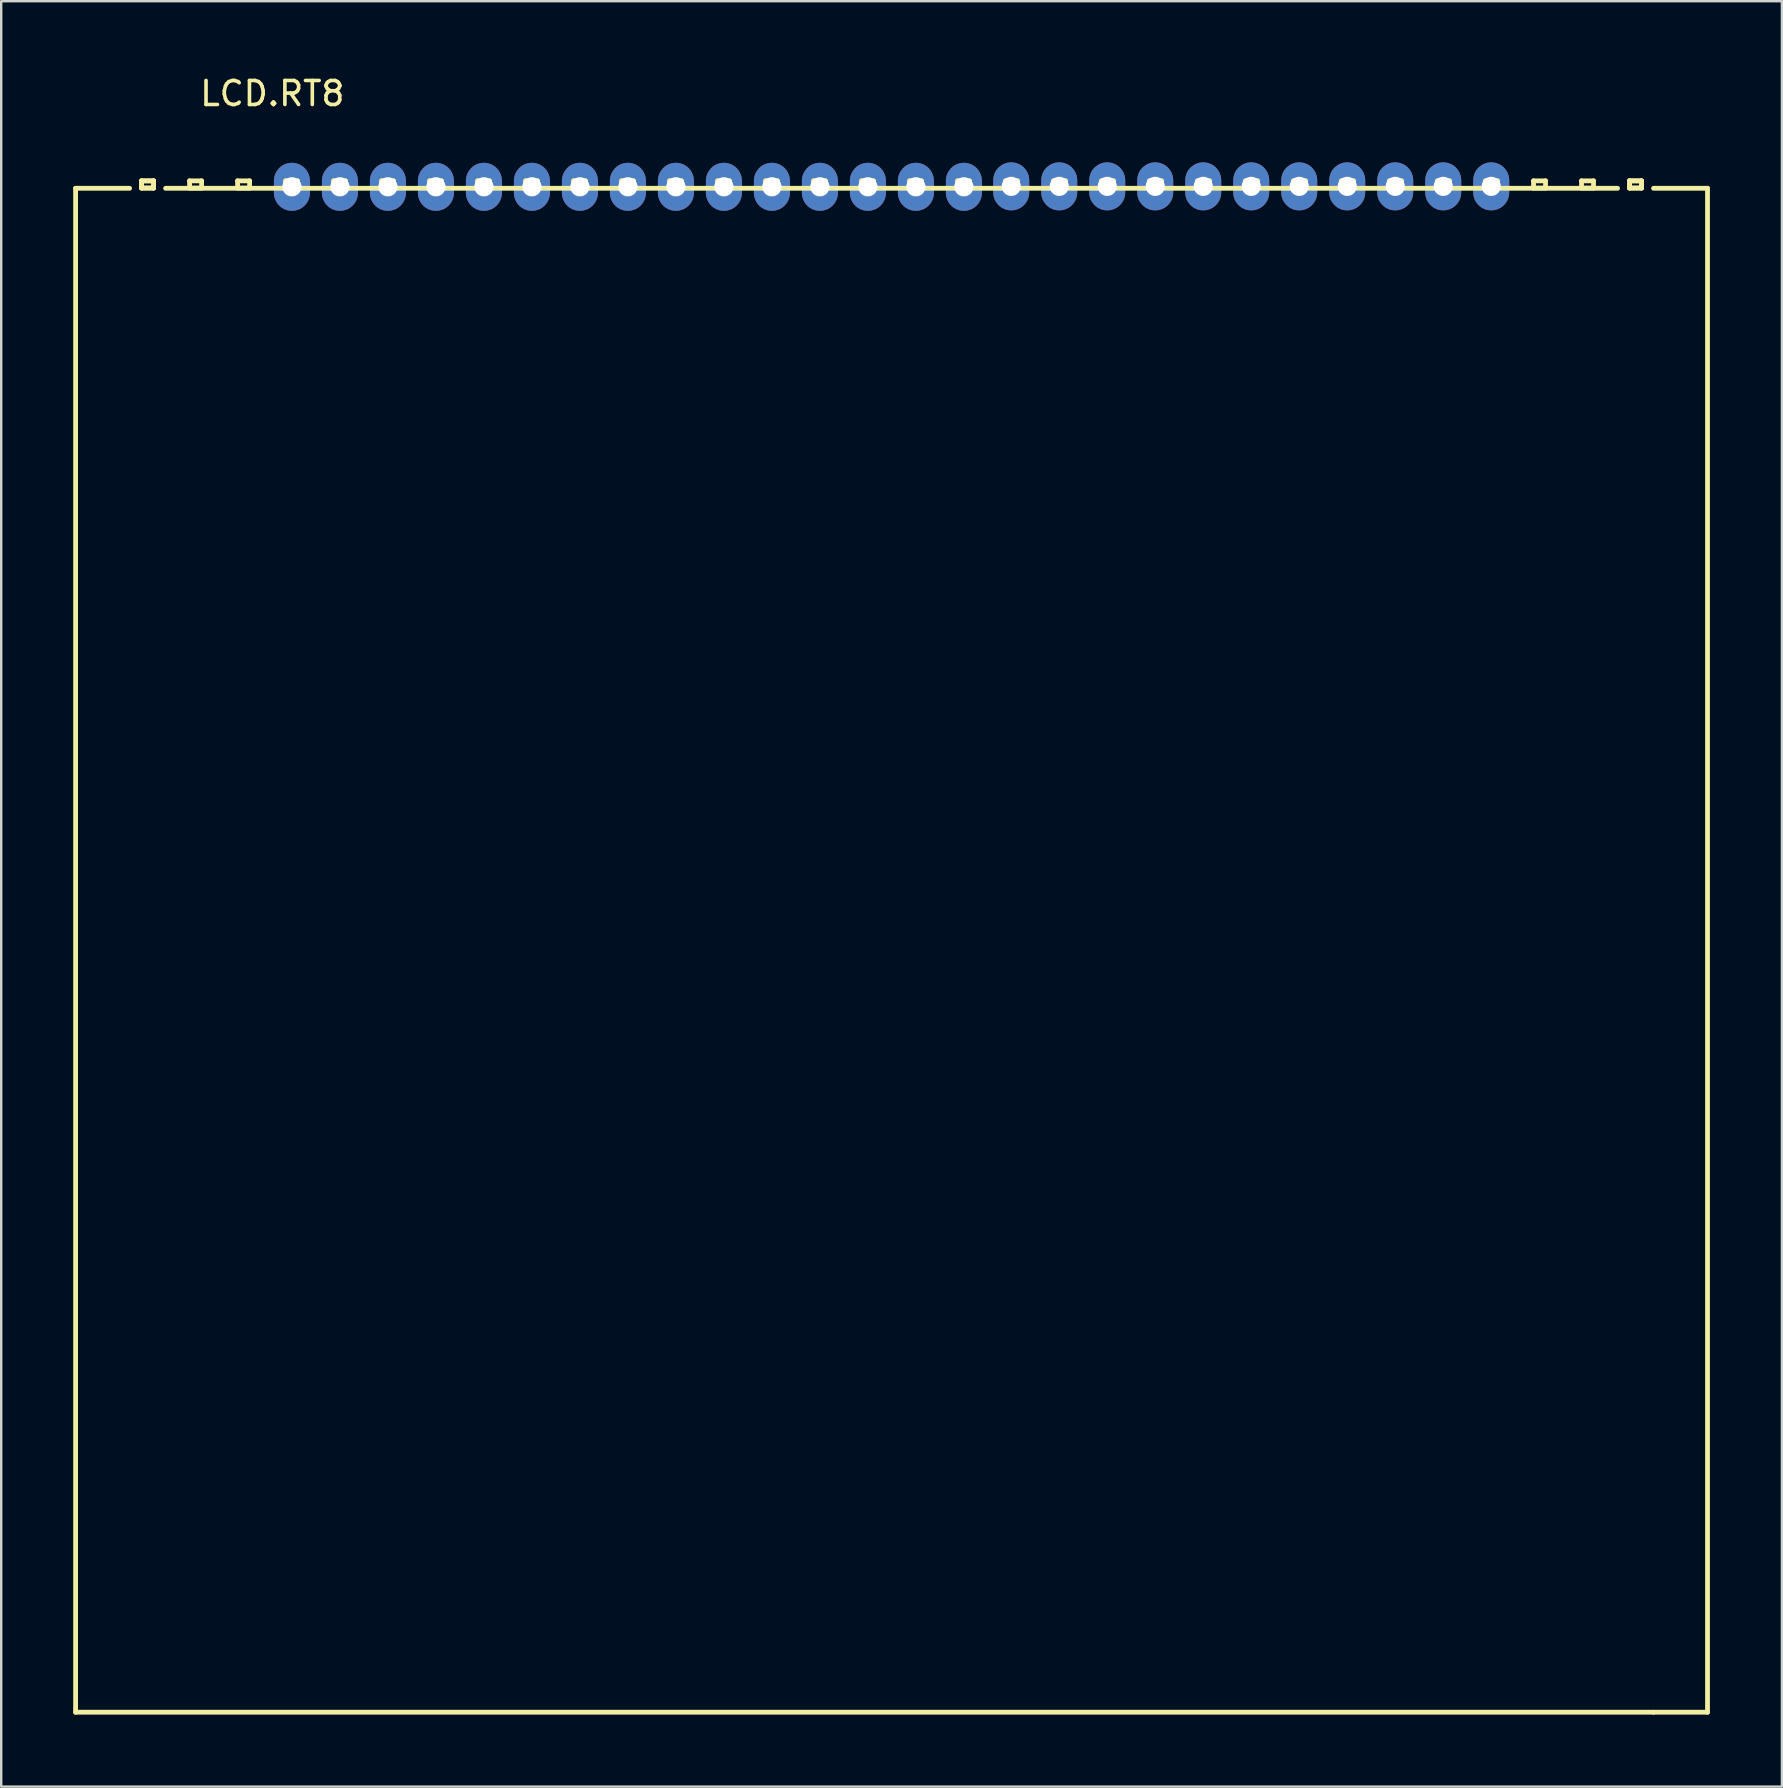
<source format=kicad_pcb>
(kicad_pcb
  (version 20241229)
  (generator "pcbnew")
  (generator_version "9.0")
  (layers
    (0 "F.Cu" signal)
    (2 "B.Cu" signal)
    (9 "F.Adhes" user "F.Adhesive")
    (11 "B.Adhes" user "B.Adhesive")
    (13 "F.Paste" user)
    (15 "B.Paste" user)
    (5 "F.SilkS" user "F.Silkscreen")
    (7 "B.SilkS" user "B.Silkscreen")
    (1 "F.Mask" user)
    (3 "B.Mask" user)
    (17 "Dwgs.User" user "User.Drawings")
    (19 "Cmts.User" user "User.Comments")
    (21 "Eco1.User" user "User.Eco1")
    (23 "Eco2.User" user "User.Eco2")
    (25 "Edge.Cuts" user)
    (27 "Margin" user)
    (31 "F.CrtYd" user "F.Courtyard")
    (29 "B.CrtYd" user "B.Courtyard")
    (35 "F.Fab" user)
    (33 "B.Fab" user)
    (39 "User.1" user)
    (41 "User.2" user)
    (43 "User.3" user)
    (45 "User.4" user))
  (footprint "LCD.RT8"
    (layer "F.Cu")
    (at 33.595 36.205)
    (property "Reference" "LCD.RT8" (at -25.298 -35.357 0) (layer "F.SilkS") (effects (font (size 1 1) (thickness 0.15))))
    (attr through_hole)
    (fp_line (start -33.495 -31.409) (end -31.245 -31.409) (stroke (width 0.2) (type solid)) (layer "F.SilkS"))
    (fp_line (start -33.495 32.091) (end -33.495 -31.409) (stroke (width 0.2) (type solid)) (layer "F.SilkS"))
    (fp_line (start -33.495 32.091) (end 32.255 32.091) (stroke (width 0.2) (type solid)) (layer "F.SilkS"))
    (fp_line (start -30.745 -31.719) (end -30.745 -31.419) (stroke (width 0.2) (type solid)) (layer "F.SilkS"))
    (fp_line (start -30.745 -31.719) (end -30.245 -31.719) (stroke (width 0.2) (type solid)) (layer "F.SilkS"))
    (fp_line (start -30.745 -31.419) (end -30.745 -31.719) (stroke (width 0.2) (type solid)) (layer "F.SilkS"))
    (fp_line (start -30.745 -31.419) (end -30.245 -31.419) (stroke (width 0.2) (type solid)) (layer "F.SilkS"))
    (fp_line (start -30.245 -31.719) (end -30.745 -31.719) (stroke (width 0.2) (type solid)) (layer "F.SilkS"))
    (fp_line (start -30.245 -31.719) (end -30.245 -31.419) (stroke (width 0.2) (type solid)) (layer "F.SilkS"))
    (fp_line (start -30.245 -31.419) (end -30.745 -31.419) (stroke (width 0.2) (type solid)) (layer "F.SilkS"))
    (fp_line (start -30.245 -31.419) (end -30.245 -31.719) (stroke (width 0.2) (type solid)) (layer "F.SilkS"))
    (fp_line (start -29.745 -31.409) (end 30.755 -31.409) (stroke (width 0.2) (type solid)) (layer "F.SilkS"))
    (fp_line (start -28.745 -31.719) (end -28.745 -31.419) (stroke (width 0.2) (type solid)) (layer "F.SilkS"))
    (fp_line (start -28.745 -31.419) (end -28.245 -31.419) (stroke (width 0.2) (type solid)) (layer "F.SilkS"))
    (fp_line (start -28.245 -31.719) (end -28.745 -31.719) (stroke (width 0.2) (type solid)) (layer "F.SilkS"))
    (fp_line (start -28.245 -31.419) (end -28.245 -31.719) (stroke (width 0.2) (type solid)) (layer "F.SilkS"))
    (fp_line (start -26.745 -31.719) (end -26.745 -31.419) (stroke (width 0.2) (type solid)) (layer "F.SilkS"))
    (fp_line (start -26.745 -31.419) (end -26.245 -31.419) (stroke (width 0.2) (type solid)) (layer "F.SilkS"))
    (fp_line (start -26.245 -31.719) (end -26.745 -31.719) (stroke (width 0.2) (type solid)) (layer "F.SilkS"))
    (fp_line (start -26.245 -31.419) (end -26.245 -31.719) (stroke (width 0.2) (type solid)) (layer "F.SilkS"))
    (fp_line (start -24.745 -31.719) (end -24.745 -31.419) (stroke (width 0.2) (type solid)) (layer "F.SilkS"))
    (fp_line (start -24.745 -31.419) (end -24.245 -31.419) (stroke (width 0.2) (type solid)) (layer "F.SilkS"))
    (fp_line (start -24.245 -31.719) (end -24.745 -31.719) (stroke (width 0.2) (type solid)) (layer "F.SilkS"))
    (fp_line (start -24.245 -31.419) (end -24.245 -31.719) (stroke (width 0.2) (type solid)) (layer "F.SilkS"))
    (fp_line (start -22.745 -31.719) (end -22.745 -31.419) (stroke (width 0.2) (type solid)) (layer "F.SilkS"))
    (fp_line (start -22.745 -31.419) (end -22.245 -31.419) (stroke (width 0.2) (type solid)) (layer "F.SilkS"))
    (fp_line (start -22.245 -31.719) (end -22.745 -31.719) (stroke (width 0.2) (type solid)) (layer "F.SilkS"))
    (fp_line (start -22.245 -31.419) (end -22.245 -31.719) (stroke (width 0.2) (type solid)) (layer "F.SilkS"))
    (fp_line (start -20.745 -31.719) (end -20.745 -31.419) (stroke (width 0.2) (type solid)) (layer "F.SilkS"))
    (fp_line (start -20.745 -31.419) (end -20.245 -31.419) (stroke (width 0.2) (type solid)) (layer "F.SilkS"))
    (fp_line (start -20.245 -31.719) (end -20.745 -31.719) (stroke (width 0.2) (type solid)) (layer "F.SilkS"))
    (fp_line (start -20.245 -31.419) (end -20.245 -31.719) (stroke (width 0.2) (type solid)) (layer "F.SilkS"))
    (fp_line (start -18.745 -31.719) (end -18.745 -31.419) (stroke (width 0.2) (type solid)) (layer "F.SilkS"))
    (fp_line (start -18.745 -31.419) (end -18.245 -31.419) (stroke (width 0.2) (type solid)) (layer "F.SilkS"))
    (fp_line (start -18.245 -31.719) (end -18.745 -31.719) (stroke (width 0.2) (type solid)) (layer "F.SilkS"))
    (fp_line (start -18.245 -31.419) (end -18.245 -31.719) (stroke (width 0.2) (type solid)) (layer "F.SilkS"))
    (fp_line (start -16.745 -31.719) (end -16.745 -31.419) (stroke (width 0.2) (type solid)) (layer "F.SilkS"))
    (fp_line (start -16.745 -31.419) (end -16.245 -31.419) (stroke (width 0.2) (type solid)) (layer "F.SilkS"))
    (fp_line (start -16.245 -31.719) (end -16.745 -31.719) (stroke (width 0.2) (type solid)) (layer "F.SilkS"))
    (fp_line (start -16.245 -31.419) (end -16.245 -31.719) (stroke (width 0.2) (type solid)) (layer "F.SilkS"))
    (fp_line (start -14.745 -31.719) (end -14.745 -31.419) (stroke (width 0.2) (type solid)) (layer "F.SilkS"))
    (fp_line (start -14.745 -31.419) (end -14.245 -31.419) (stroke (width 0.2) (type solid)) (layer "F.SilkS"))
    (fp_line (start -14.245 -31.719) (end -14.745 -31.719) (stroke (width 0.2) (type solid)) (layer "F.SilkS"))
    (fp_line (start -14.245 -31.419) (end -14.245 -31.719) (stroke (width 0.2) (type solid)) (layer "F.SilkS"))
    (fp_line (start -12.745 -31.719) (end -12.745 -31.419) (stroke (width 0.2) (type solid)) (layer "F.SilkS"))
    (fp_line (start -12.745 -31.419) (end -12.245 -31.419) (stroke (width 0.2) (type solid)) (layer "F.SilkS"))
    (fp_line (start -12.245 -31.719) (end -12.745 -31.719) (stroke (width 0.2) (type solid)) (layer "F.SilkS"))
    (fp_line (start -12.245 -31.419) (end -12.245 -31.719) (stroke (width 0.2) (type solid)) (layer "F.SilkS"))
    (fp_line (start -10.745 -31.719) (end -10.745 -31.419) (stroke (width 0.2) (type solid)) (layer "F.SilkS"))
    (fp_line (start -10.745 -31.419) (end -10.245 -31.419) (stroke (width 0.2) (type solid)) (layer "F.SilkS"))
    (fp_line (start -10.245 -31.719) (end -10.745 -31.719) (stroke (width 0.2) (type solid)) (layer "F.SilkS"))
    (fp_line (start -10.245 -31.419) (end -10.245 -31.719) (stroke (width 0.2) (type solid)) (layer "F.SilkS"))
    (fp_line (start -8.745 -31.719) (end -8.745 -31.419) (stroke (width 0.2) (type solid)) (layer "F.SilkS"))
    (fp_line (start -8.745 -31.419) (end -8.245 -31.419) (stroke (width 0.2) (type solid)) (layer "F.SilkS"))
    (fp_line (start -8.245 -31.719) (end -8.745 -31.719) (stroke (width 0.2) (type solid)) (layer "F.SilkS"))
    (fp_line (start -8.245 -31.419) (end -8.245 -31.719) (stroke (width 0.2) (type solid)) (layer "F.SilkS"))
    (fp_line (start -6.745 -31.719) (end -6.745 -31.419) (stroke (width 0.2) (type solid)) (layer "F.SilkS"))
    (fp_line (start -6.745 -31.419) (end -6.245 -31.419) (stroke (width 0.2) (type solid)) (layer "F.SilkS"))
    (fp_line (start -6.245 -31.719) (end -6.745 -31.719) (stroke (width 0.2) (type solid)) (layer "F.SilkS"))
    (fp_line (start -6.245 -31.419) (end -6.245 -31.719) (stroke (width 0.2) (type solid)) (layer "F.SilkS"))
    (fp_line (start -4.745 -31.719) (end -4.745 -31.419) (stroke (width 0.2) (type solid)) (layer "F.SilkS"))
    (fp_line (start -4.745 -31.419) (end -4.245 -31.419) (stroke (width 0.2) (type solid)) (layer "F.SilkS"))
    (fp_line (start -4.245 -31.719) (end -4.745 -31.719) (stroke (width 0.2) (type solid)) (layer "F.SilkS"))
    (fp_line (start -4.245 -31.419) (end -4.245 -31.719) (stroke (width 0.2) (type solid)) (layer "F.SilkS"))
    (fp_line (start -2.745 -31.719) (end -2.745 -31.419) (stroke (width 0.2) (type solid)) (layer "F.SilkS"))
    (fp_line (start -2.745 -31.419) (end -2.245 -31.419) (stroke (width 0.2) (type solid)) (layer "F.SilkS"))
    (fp_line (start -2.245 -31.719) (end -2.745 -31.719) (stroke (width 0.2) (type solid)) (layer "F.SilkS"))
    (fp_line (start -2.245 -31.419) (end -2.245 -31.719) (stroke (width 0.2) (type solid)) (layer "F.SilkS"))
    (fp_line (start -0.745 -31.719) (end -0.745 -31.419) (stroke (width 0.2) (type solid)) (layer "F.SilkS"))
    (fp_line (start -0.745 -31.419) (end -0.245 -31.419) (stroke (width 0.2) (type solid)) (layer "F.SilkS"))
    (fp_line (start -0.245 -31.719) (end -0.745 -31.719) (stroke (width 0.2) (type solid)) (layer "F.SilkS"))
    (fp_line (start -0.245 -31.419) (end -0.245 -31.719) (stroke (width 0.2) (type solid)) (layer "F.SilkS"))
    (fp_line (start 1.255 -31.719) (end 1.255 -31.419) (stroke (width 0.2) (type solid)) (layer "F.SilkS"))
    (fp_line (start 1.255 -31.419) (end 1.755 -31.419) (stroke (width 0.2) (type solid)) (layer "F.SilkS"))
    (fp_line (start 1.755 -31.719) (end 1.255 -31.719) (stroke (width 0.2) (type solid)) (layer "F.SilkS"))
    (fp_line (start 1.755 -31.419) (end 1.755 -31.719) (stroke (width 0.2) (type solid)) (layer "F.SilkS"))
    (fp_line (start 3.255 -31.719) (end 3.255 -31.419) (stroke (width 0.2) (type solid)) (layer "F.SilkS"))
    (fp_line (start 3.255 -31.419) (end 3.755 -31.419) (stroke (width 0.2) (type solid)) (layer "F.SilkS"))
    (fp_line (start 3.755 -31.719) (end 3.255 -31.719) (stroke (width 0.2) (type solid)) (layer "F.SilkS"))
    (fp_line (start 3.755 -31.419) (end 3.755 -31.719) (stroke (width 0.2) (type solid)) (layer "F.SilkS"))
    (fp_line (start 5.255 -31.719) (end 5.255 -31.419) (stroke (width 0.2) (type solid)) (layer "F.SilkS"))
    (fp_line (start 5.255 -31.419) (end 5.755 -31.419) (stroke (width 0.2) (type solid)) (layer "F.SilkS"))
    (fp_line (start 5.755 -31.719) (end 5.255 -31.719) (stroke (width 0.2) (type solid)) (layer "F.SilkS"))
    (fp_line (start 5.755 -31.419) (end 5.755 -31.719) (stroke (width 0.2) (type solid)) (layer "F.SilkS"))
    (fp_line (start 7.255 -31.719) (end 7.255 -31.419) (stroke (width 0.2) (type solid)) (layer "F.SilkS"))
    (fp_line (start 7.255 -31.419) (end 7.755 -31.419) (stroke (width 0.2) (type solid)) (layer "F.SilkS"))
    (fp_line (start 7.755 -31.719) (end 7.255 -31.719) (stroke (width 0.2) (type solid)) (layer "F.SilkS"))
    (fp_line (start 7.755 -31.419) (end 7.755 -31.719) (stroke (width 0.2) (type solid)) (layer "F.SilkS"))
    (fp_line (start 9.255 -31.719) (end 9.255 -31.419) (stroke (width 0.2) (type solid)) (layer "F.SilkS"))
    (fp_line (start 9.255 -31.419) (end 9.755 -31.419) (stroke (width 0.2) (type solid)) (layer "F.SilkS"))
    (fp_line (start 9.755 -31.719) (end 9.255 -31.719) (stroke (width 0.2) (type solid)) (layer "F.SilkS"))
    (fp_line (start 9.755 -31.419) (end 9.755 -31.719) (stroke (width 0.2) (type solid)) (layer "F.SilkS"))
    (fp_line (start 11.255 -31.719) (end 11.255 -31.419) (stroke (width 0.2) (type solid)) (layer "F.SilkS"))
    (fp_line (start 11.255 -31.419) (end 11.755 -31.419) (stroke (width 0.2) (type solid)) (layer "F.SilkS"))
    (fp_line (start 11.755 -31.719) (end 11.255 -31.719) (stroke (width 0.2) (type solid)) (layer "F.SilkS"))
    (fp_line (start 11.755 -31.419) (end 11.755 -31.719) (stroke (width 0.2) (type solid)) (layer "F.SilkS"))
    (fp_line (start 13.255 -31.719) (end 13.255 -31.419) (stroke (width 0.2) (type solid)) (layer "F.SilkS"))
    (fp_line (start 13.255 -31.419) (end 13.755 -31.419) (stroke (width 0.2) (type solid)) (layer "F.SilkS"))
    (fp_line (start 13.755 -31.719) (end 13.255 -31.719) (stroke (width 0.2) (type solid)) (layer "F.SilkS"))
    (fp_line (start 13.755 -31.419) (end 13.755 -31.719) (stroke (width 0.2) (type solid)) (layer "F.SilkS"))
    (fp_line (start 15.255 -31.719) (end 15.255 -31.419) (stroke (width 0.2) (type solid)) (layer "F.SilkS"))
    (fp_line (start 15.255 -31.419) (end 15.755 -31.419) (stroke (width 0.2) (type solid)) (layer "F.SilkS"))
    (fp_line (start 15.755 -31.719) (end 15.255 -31.719) (stroke (width 0.2) (type solid)) (layer "F.SilkS"))
    (fp_line (start 15.755 -31.419) (end 15.755 -31.719) (stroke (width 0.2) (type solid)) (layer "F.SilkS"))
    (fp_line (start 17.255 -31.719) (end 17.255 -31.419) (stroke (width 0.2) (type solid)) (layer "F.SilkS"))
    (fp_line (start 17.255 -31.419) (end 17.755 -31.419) (stroke (width 0.2) (type solid)) (layer "F.SilkS"))
    (fp_line (start 17.755 -31.719) (end 17.255 -31.719) (stroke (width 0.2) (type solid)) (layer "F.SilkS"))
    (fp_line (start 17.755 -31.419) (end 17.755 -31.719) (stroke (width 0.2) (type solid)) (layer "F.SilkS"))
    (fp_line (start 19.255 -31.719) (end 19.255 -31.419) (stroke (width 0.2) (type solid)) (layer "F.SilkS"))
    (fp_line (start 19.255 -31.419) (end 19.755 -31.419) (stroke (width 0.2) (type solid)) (layer "F.SilkS"))
    (fp_line (start 19.755 -31.719) (end 19.255 -31.719) (stroke (width 0.2) (type solid)) (layer "F.SilkS"))
    (fp_line (start 19.755 -31.419) (end 19.755 -31.719) (stroke (width 0.2) (type solid)) (layer "F.SilkS"))
    (fp_line (start 21.255 -31.719) (end 21.255 -31.419) (stroke (width 0.2) (type solid)) (layer "F.SilkS"))
    (fp_line (start 21.255 -31.419) (end 21.755 -31.419) (stroke (width 0.2) (type solid)) (layer "F.SilkS"))
    (fp_line (start 21.755 -31.719) (end 21.255 -31.719) (stroke (width 0.2) (type solid)) (layer "F.SilkS"))
    (fp_line (start 21.755 -31.419) (end 21.755 -31.719) (stroke (width 0.2) (type solid)) (layer "F.SilkS"))
    (fp_line (start 23.255 -31.719) (end 23.255 -31.419) (stroke (width 0.2) (type solid)) (layer "F.SilkS"))
    (fp_line (start 23.255 -31.419) (end 23.755 -31.419) (stroke (width 0.2) (type solid)) (layer "F.SilkS"))
    (fp_line (start 23.755 -31.719) (end 23.255 -31.719) (stroke (width 0.2) (type solid)) (layer "F.SilkS"))
    (fp_line (start 23.755 -31.419) (end 23.755 -31.719) (stroke (width 0.2) (type solid)) (layer "F.SilkS"))
    (fp_line (start 25.255 -31.719) (end 25.255 -31.419) (stroke (width 0.2) (type solid)) (layer "F.SilkS"))
    (fp_line (start 25.255 -31.419) (end 25.755 -31.419) (stroke (width 0.2) (type solid)) (layer "F.SilkS"))
    (fp_line (start 25.755 -31.719) (end 25.255 -31.719) (stroke (width 0.2) (type solid)) (layer "F.SilkS"))
    (fp_line (start 25.755 -31.419) (end 25.755 -31.719) (stroke (width 0.2) (type solid)) (layer "F.SilkS"))
    (fp_line (start 27.255 -31.719) (end 27.255 -31.419) (stroke (width 0.2) (type solid)) (layer "F.SilkS"))
    (fp_line (start 27.255 -31.419) (end 27.755 -31.419) (stroke (width 0.2) (type solid)) (layer "F.SilkS"))
    (fp_line (start 27.755 -31.719) (end 27.255 -31.719) (stroke (width 0.2) (type solid)) (layer "F.SilkS"))
    (fp_line (start 27.755 -31.419) (end 27.755 -31.719) (stroke (width 0.2) (type solid)) (layer "F.SilkS"))
    (fp_line (start 29.255 -31.719) (end 29.255 -31.419) (stroke (width 0.2) (type solid)) (layer "F.SilkS"))
    (fp_line (start 29.255 -31.419) (end 29.755 -31.419) (stroke (width 0.2) (type solid)) (layer "F.SilkS"))
    (fp_line (start 29.755 -31.719) (end 29.255 -31.719) (stroke (width 0.2) (type solid)) (layer "F.SilkS"))
    (fp_line (start 29.755 -31.419) (end 29.755 -31.719) (stroke (width 0.2) (type solid)) (layer "F.SilkS"))
    (fp_line (start 31.255 -31.719) (end 31.255 -31.419) (stroke (width 0.2) (type solid)) (layer "F.SilkS"))
    (fp_line (start 31.255 -31.719) (end 31.755 -31.719) (stroke (width 0.2) (type solid)) (layer "F.SilkS"))
    (fp_line (start 31.255 -31.419) (end 31.255 -31.719) (stroke (width 0.2) (type solid)) (layer "F.SilkS"))
    (fp_line (start 31.255 -31.419) (end 31.755 -31.419) (stroke (width 0.2) (type solid)) (layer "F.SilkS"))
    (fp_line (start 31.755 -31.719) (end 31.255 -31.719) (stroke (width 0.2) (type solid)) (layer "F.SilkS"))
    (fp_line (start 31.755 -31.719) (end 31.755 -31.419) (stroke (width 0.2) (type solid)) (layer "F.SilkS"))
    (fp_line (start 31.755 -31.419) (end 31.255 -31.419) (stroke (width 0.2) (type solid)) (layer "F.SilkS"))
    (fp_line (start 31.755 -31.419) (end 31.755 -31.719) (stroke (width 0.2) (type solid)) (layer "F.SilkS"))
    (fp_line (start 32.255 -31.409) (end 34.505 -31.409) (stroke (width 0.2) (type solid)) (layer "F.SilkS"))
    (fp_line (start 32.255 32.091) (end 34.505 32.091) (stroke (width 0.2) (type solid)) (layer "F.SilkS"))
    (fp_line (start 34.505 32.091) (end 34.505 -31.409) (stroke (width 0.2) (type solid)) (layer "F.SilkS"))
    (pad "1" thru_hole oval (at 25.492 -31.49 90) (size 2 1.5) (drill 0.8) (layers "*.Cu" "*.Mask"))
    (pad "2" thru_hole oval (at 23.492 -31.49 90) (size 2 1.5) (drill 0.8) (layers "*.Cu" "*.Mask"))
    (pad "3" thru_hole oval (at 21.492 -31.49 90) (size 2 1.5) (drill 0.8) (layers "*.Cu" "*.Mask"))
    (pad "4" thru_hole oval (at 19.492 -31.49 90) (size 2 1.5) (drill 0.8) (layers "*.Cu" "*.Mask"))
    (pad "5" thru_hole oval (at 17.492 -31.49 90) (size 2 1.5) (drill 0.8) (layers "*.Cu" "*.Mask"))
    (pad "6" thru_hole oval (at 15.492 -31.49 90) (size 2 1.5) (drill 0.8) (layers "*.Cu" "*.Mask"))
    (pad "7" thru_hole oval (at 13.492 -31.49 90) (size 2 1.5) (drill 0.8) (layers "*.Cu" "*.Mask"))
    (pad "8" thru_hole oval (at 11.492 -31.49 90) (size 2 1.5) (drill 0.8) (layers "*.Cu" "*.Mask"))
    (pad "9" thru_hole oval (at 9.492 -31.49 90) (size 2 1.5) (drill 0.8) (layers "*.Cu" "*.Mask"))
    (pad "10" thru_hole oval (at 7.492 -31.49 90) (size 2 1.5) (drill 0.8) (layers "*.Cu" "*.Mask"))
    (pad "11" thru_hole oval (at 5.492 -31.49 90) (size 2 1.5) (drill 0.8) (layers "*.Cu" "*.Mask"))
    (pad "12" thru_hole oval (at 3.519 -31.471 270) (size 2 1.5) (drill 0.8) (layers "*.Cu" "*.Mask"))
    (pad "13" thru_hole oval (at 1.519 -31.471 270) (size 2 1.5) (drill 0.8) (layers "*.Cu" "*.Mask"))
    (pad "14" thru_hole oval (at -0.481 -31.471 270) (size 2 1.5) (drill 0.8) (layers "*.Cu" "*.Mask"))
    (pad "15" thru_hole oval (at -2.481 -31.471 270) (size 2 1.5) (drill 0.8) (layers "*.Cu" "*.Mask"))
    (pad "16" thru_hole oval (at -4.481 -31.471 270) (size 2 1.5) (drill 0.8) (layers "*.Cu" "*.Mask"))
    (pad "17" thru_hole oval (at -6.481 -31.471 270) (size 2 1.5) (drill 0.8) (layers "*.Cu" "*.Mask"))
    (pad "18" thru_hole oval (at -8.481 -31.471 270) (size 2 1.5) (drill 0.8) (layers "*.Cu" "*.Mask"))
    (pad "19" thru_hole oval (at -10.481 -31.471 270) (size 2 1.5) (drill 0.8) (layers "*.Cu" "*.Mask"))
    (pad "20" thru_hole oval (at -12.481 -31.471 270) (size 2 1.5) (drill 0.8) (layers "*.Cu" "*.Mask"))
    (pad "21" thru_hole oval (at -14.481 -31.471 270) (size 2 1.5) (drill 0.8) (layers "*.Cu" "*.Mask"))
    (pad "22" thru_hole oval (at -16.481 -31.471 270) (size 2 1.5) (drill 0.8) (layers "*.Cu" "*.Mask"))
    (pad "23" thru_hole oval (at -18.481 -31.471 270) (size 2 1.5) (drill 0.8) (layers "*.Cu" "*.Mask"))
    (pad "24" thru_hole oval (at -20.481 -31.471 270) (size 2 1.5) (drill 0.8) (layers "*.Cu" "*.Mask"))
    (pad "25" thru_hole oval (at -22.481 -31.471 270) (size 2 1.5) (drill 0.8) (layers "*.Cu" "*.Mask"))
    (pad "26" thru_hole oval (at -24.481 -31.471 270) (size 2 1.5) (drill 0.8) (layers "*.Cu" "*.Mask")))
  (gr_rect
    (start -3 -3)
    (end 71.2 71.396)
    (stroke (width 0.1) (type default))
    (fill no)
    (layer "Edge.Cuts")))
</source>
